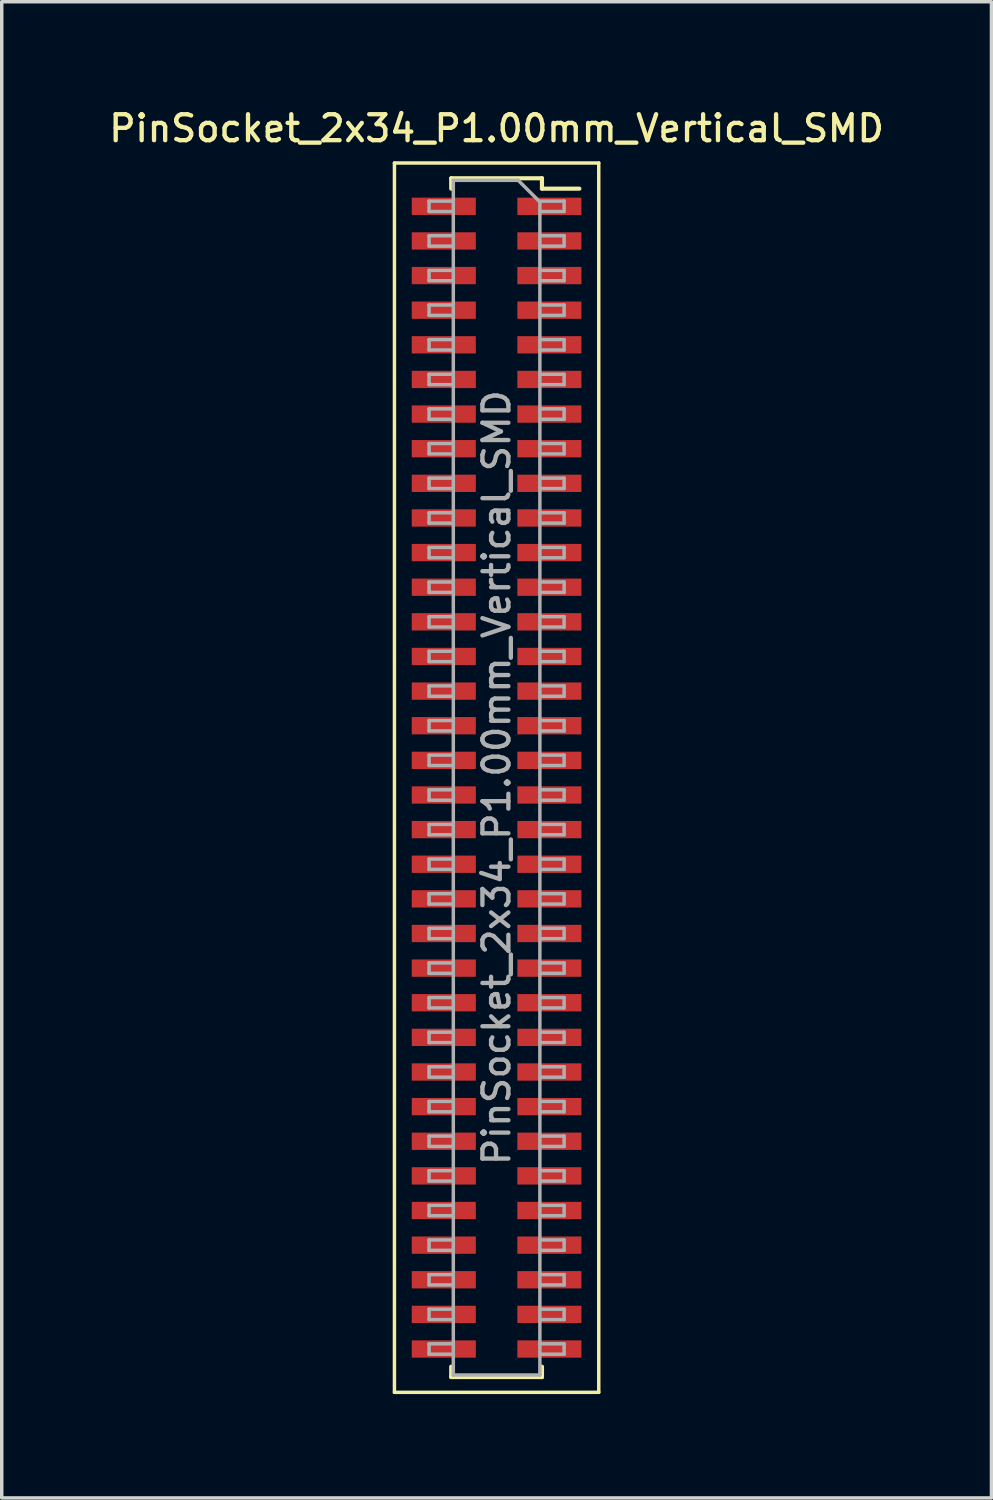
<source format=kicad_pcb>
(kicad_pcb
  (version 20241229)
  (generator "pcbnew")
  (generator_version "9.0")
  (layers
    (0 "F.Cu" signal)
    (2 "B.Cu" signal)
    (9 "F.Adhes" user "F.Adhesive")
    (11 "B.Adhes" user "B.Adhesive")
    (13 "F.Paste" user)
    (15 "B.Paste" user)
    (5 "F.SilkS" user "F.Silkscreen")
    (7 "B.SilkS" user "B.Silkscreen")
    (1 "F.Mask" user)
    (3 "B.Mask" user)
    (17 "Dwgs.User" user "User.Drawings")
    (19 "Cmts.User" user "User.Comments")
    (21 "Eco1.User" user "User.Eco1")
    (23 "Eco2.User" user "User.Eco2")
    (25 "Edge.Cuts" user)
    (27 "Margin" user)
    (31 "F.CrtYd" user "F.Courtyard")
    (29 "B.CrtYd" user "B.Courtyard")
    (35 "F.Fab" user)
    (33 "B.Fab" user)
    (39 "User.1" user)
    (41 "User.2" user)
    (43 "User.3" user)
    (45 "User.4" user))
  (footprint "PinSocket_2x34_P1.00mm_Vertical_SMD"
    (layer "F.Cu")
    (at 11.291 19.408)
    (property "Reference" "PinSocket_2x34_P1.00mm_Vertical_SMD" (at 0 -18.75 0) (layer "F.SilkS") (effects (font (size 0.75 0.75) (thickness 0.125))))
    (attr smd)
    (fp_line (start -2.95 -17.75) (end 2.95 -17.75) (stroke (width 0.1) (type solid)) (layer "F.SilkS"))
    (fp_line (start -2.95 17.75) (end -2.95 -17.75) (stroke (width 0.1) (type solid)) (layer "F.SilkS"))
    (fp_line (start -1.31 -17.31) (end -1.31 -17.01) (stroke (width 0.12) (type solid)) (layer "F.SilkS"))
    (fp_line (start -1.31 -17.31) (end 1.31 -17.31) (stroke (width 0.12) (type solid)) (layer "F.SilkS"))
    (fp_line (start -1.31 17.01) (end -1.31 17.31) (stroke (width 0.12) (type solid)) (layer "F.SilkS"))
    (fp_line (start -1.31 17.31) (end 1.31 17.31) (stroke (width 0.12) (type solid)) (layer "F.SilkS"))
    (fp_line (start 1.31 -17.31) (end 1.31 -17.01) (stroke (width 0.12) (type solid)) (layer "F.SilkS"))
    (fp_line (start 1.31 -17.01) (end 2.39 -17.01) (stroke (width 0.12) (type solid)) (layer "F.SilkS"))
    (fp_line (start 1.31 17.01) (end 1.31 17.31) (stroke (width 0.12) (type solid)) (layer "F.SilkS"))
    (fp_line (start 2.95 -17.75) (end 2.95 17.75) (stroke (width 0.1) (type solid)) (layer "F.SilkS"))
    (fp_line (start 2.95 17.75) (end -2.95 17.75) (stroke (width 0.1) (type solid)) (layer "F.SilkS"))
    (fp_line (start -1.95 -16.65) (end -1.25 -16.65) (stroke (width 0.1) (type solid)) (layer "F.Fab"))
    (fp_line (start -1.95 -16.35) (end -1.95 -16.65) (stroke (width 0.1) (type solid)) (layer "F.Fab"))
    (fp_line (start -1.95 -15.65) (end -1.25 -15.65) (stroke (width 0.1) (type solid)) (layer "F.Fab"))
    (fp_line (start -1.95 -15.35) (end -1.95 -15.65) (stroke (width 0.1) (type solid)) (layer "F.Fab"))
    (fp_line (start -1.95 -14.65) (end -1.25 -14.65) (stroke (width 0.1) (type solid)) (layer "F.Fab"))
    (fp_line (start -1.95 -14.35) (end -1.95 -14.65) (stroke (width 0.1) (type solid)) (layer "F.Fab"))
    (fp_line (start -1.95 -13.65) (end -1.25 -13.65) (stroke (width 0.1) (type solid)) (layer "F.Fab"))
    (fp_line (start -1.95 -13.35) (end -1.95 -13.65) (stroke (width 0.1) (type solid)) (layer "F.Fab"))
    (fp_line (start -1.95 -12.65) (end -1.25 -12.65) (stroke (width 0.1) (type solid)) (layer "F.Fab"))
    (fp_line (start -1.95 -12.35) (end -1.95 -12.65) (stroke (width 0.1) (type solid)) (layer "F.Fab"))
    (fp_line (start -1.95 -11.65) (end -1.25 -11.65) (stroke (width 0.1) (type solid)) (layer "F.Fab"))
    (fp_line (start -1.95 -11.35) (end -1.95 -11.65) (stroke (width 0.1) (type solid)) (layer "F.Fab"))
    (fp_line (start -1.95 -10.65) (end -1.25 -10.65) (stroke (width 0.1) (type solid)) (layer "F.Fab"))
    (fp_line (start -1.95 -10.35) (end -1.95 -10.65) (stroke (width 0.1) (type solid)) (layer "F.Fab"))
    (fp_line (start -1.95 -9.65) (end -1.25 -9.65) (stroke (width 0.1) (type solid)) (layer "F.Fab"))
    (fp_line (start -1.95 -9.35) (end -1.95 -9.65) (stroke (width 0.1) (type solid)) (layer "F.Fab"))
    (fp_line (start -1.95 -8.65) (end -1.25 -8.65) (stroke (width 0.1) (type solid)) (layer "F.Fab"))
    (fp_line (start -1.95 -8.35) (end -1.95 -8.65) (stroke (width 0.1) (type solid)) (layer "F.Fab"))
    (fp_line (start -1.95 -7.65) (end -1.25 -7.65) (stroke (width 0.1) (type solid)) (layer "F.Fab"))
    (fp_line (start -1.95 -7.35) (end -1.95 -7.65) (stroke (width 0.1) (type solid)) (layer "F.Fab"))
    (fp_line (start -1.95 -6.65) (end -1.25 -6.65) (stroke (width 0.1) (type solid)) (layer "F.Fab"))
    (fp_line (start -1.95 -6.35) (end -1.95 -6.65) (stroke (width 0.1) (type solid)) (layer "F.Fab"))
    (fp_line (start -1.95 -5.65) (end -1.25 -5.65) (stroke (width 0.1) (type solid)) (layer "F.Fab"))
    (fp_line (start -1.95 -5.35) (end -1.95 -5.65) (stroke (width 0.1) (type solid)) (layer "F.Fab"))
    (fp_line (start -1.95 -4.65) (end -1.25 -4.65) (stroke (width 0.1) (type solid)) (layer "F.Fab"))
    (fp_line (start -1.95 -4.35) (end -1.95 -4.65) (stroke (width 0.1) (type solid)) (layer "F.Fab"))
    (fp_line (start -1.95 -3.65) (end -1.25 -3.65) (stroke (width 0.1) (type solid)) (layer "F.Fab"))
    (fp_line (start -1.95 -3.35) (end -1.95 -3.65) (stroke (width 0.1) (type solid)) (layer "F.Fab"))
    (fp_line (start -1.95 -2.65) (end -1.25 -2.65) (stroke (width 0.1) (type solid)) (layer "F.Fab"))
    (fp_line (start -1.95 -2.35) (end -1.95 -2.65) (stroke (width 0.1) (type solid)) (layer "F.Fab"))
    (fp_line (start -1.95 -1.65) (end -1.25 -1.65) (stroke (width 0.1) (type solid)) (layer "F.Fab"))
    (fp_line (start -1.95 -1.35) (end -1.95 -1.65) (stroke (width 0.1) (type solid)) (layer "F.Fab"))
    (fp_line (start -1.95 -0.65) (end -1.25 -0.65) (stroke (width 0.1) (type solid)) (layer "F.Fab"))
    (fp_line (start -1.95 -0.35) (end -1.95 -0.65) (stroke (width 0.1) (type solid)) (layer "F.Fab"))
    (fp_line (start -1.95 0.35) (end -1.25 0.35) (stroke (width 0.1) (type solid)) (layer "F.Fab"))
    (fp_line (start -1.95 0.65) (end -1.95 0.35) (stroke (width 0.1) (type solid)) (layer "F.Fab"))
    (fp_line (start -1.95 1.35) (end -1.25 1.35) (stroke (width 0.1) (type solid)) (layer "F.Fab"))
    (fp_line (start -1.95 1.65) (end -1.95 1.35) (stroke (width 0.1) (type solid)) (layer "F.Fab"))
    (fp_line (start -1.95 2.35) (end -1.25 2.35) (stroke (width 0.1) (type solid)) (layer "F.Fab"))
    (fp_line (start -1.95 2.65) (end -1.95 2.35) (stroke (width 0.1) (type solid)) (layer "F.Fab"))
    (fp_line (start -1.95 3.35) (end -1.25 3.35) (stroke (width 0.1) (type solid)) (layer "F.Fab"))
    (fp_line (start -1.95 3.65) (end -1.95 3.35) (stroke (width 0.1) (type solid)) (layer "F.Fab"))
    (fp_line (start -1.95 4.35) (end -1.25 4.35) (stroke (width 0.1) (type solid)) (layer "F.Fab"))
    (fp_line (start -1.95 4.65) (end -1.95 4.35) (stroke (width 0.1) (type solid)) (layer "F.Fab"))
    (fp_line (start -1.95 5.35) (end -1.25 5.35) (stroke (width 0.1) (type solid)) (layer "F.Fab"))
    (fp_line (start -1.95 5.65) (end -1.95 5.35) (stroke (width 0.1) (type solid)) (layer "F.Fab"))
    (fp_line (start -1.95 6.35) (end -1.25 6.35) (stroke (width 0.1) (type solid)) (layer "F.Fab"))
    (fp_line (start -1.95 6.65) (end -1.95 6.35) (stroke (width 0.1) (type solid)) (layer "F.Fab"))
    (fp_line (start -1.95 7.35) (end -1.25 7.35) (stroke (width 0.1) (type solid)) (layer "F.Fab"))
    (fp_line (start -1.95 7.65) (end -1.95 7.35) (stroke (width 0.1) (type solid)) (layer "F.Fab"))
    (fp_line (start -1.95 8.35) (end -1.25 8.35) (stroke (width 0.1) (type solid)) (layer "F.Fab"))
    (fp_line (start -1.95 8.65) (end -1.95 8.35) (stroke (width 0.1) (type solid)) (layer "F.Fab"))
    (fp_line (start -1.95 9.35) (end -1.25 9.35) (stroke (width 0.1) (type solid)) (layer "F.Fab"))
    (fp_line (start -1.95 9.65) (end -1.95 9.35) (stroke (width 0.1) (type solid)) (layer "F.Fab"))
    (fp_line (start -1.95 10.35) (end -1.25 10.35) (stroke (width 0.1) (type solid)) (layer "F.Fab"))
    (fp_line (start -1.95 10.65) (end -1.95 10.35) (stroke (width 0.1) (type solid)) (layer "F.Fab"))
    (fp_line (start -1.95 11.35) (end -1.25 11.35) (stroke (width 0.1) (type solid)) (layer "F.Fab"))
    (fp_line (start -1.95 11.65) (end -1.95 11.35) (stroke (width 0.1) (type solid)) (layer "F.Fab"))
    (fp_line (start -1.95 12.35) (end -1.25 12.35) (stroke (width 0.1) (type solid)) (layer "F.Fab"))
    (fp_line (start -1.95 12.65) (end -1.95 12.35) (stroke (width 0.1) (type solid)) (layer "F.Fab"))
    (fp_line (start -1.95 13.35) (end -1.25 13.35) (stroke (width 0.1) (type solid)) (layer "F.Fab"))
    (fp_line (start -1.95 13.65) (end -1.95 13.35) (stroke (width 0.1) (type solid)) (layer "F.Fab"))
    (fp_line (start -1.95 14.35) (end -1.25 14.35) (stroke (width 0.1) (type solid)) (layer "F.Fab"))
    (fp_line (start -1.95 14.65) (end -1.95 14.35) (stroke (width 0.1) (type solid)) (layer "F.Fab"))
    (fp_line (start -1.95 15.35) (end -1.25 15.35) (stroke (width 0.1) (type solid)) (layer "F.Fab"))
    (fp_line (start -1.95 15.65) (end -1.95 15.35) (stroke (width 0.1) (type solid)) (layer "F.Fab"))
    (fp_line (start -1.95 16.35) (end -1.25 16.35) (stroke (width 0.1) (type solid)) (layer "F.Fab"))
    (fp_line (start -1.95 16.65) (end -1.95 16.35) (stroke (width 0.1) (type solid)) (layer "F.Fab"))
    (fp_line (start -1.25 -17.25) (end 0.625 -17.25) (stroke (width 0.1) (type solid)) (layer "F.Fab"))
    (fp_line (start -1.25 -16.35) (end -1.95 -16.35) (stroke (width 0.1) (type solid)) (layer "F.Fab"))
    (fp_line (start -1.25 -15.35) (end -1.95 -15.35) (stroke (width 0.1) (type solid)) (layer "F.Fab"))
    (fp_line (start -1.25 -14.35) (end -1.95 -14.35) (stroke (width 0.1) (type solid)) (layer "F.Fab"))
    (fp_line (start -1.25 -13.35) (end -1.95 -13.35) (stroke (width 0.1) (type solid)) (layer "F.Fab"))
    (fp_line (start -1.25 -12.35) (end -1.95 -12.35) (stroke (width 0.1) (type solid)) (layer "F.Fab"))
    (fp_line (start -1.25 -11.35) (end -1.95 -11.35) (stroke (width 0.1) (type solid)) (layer "F.Fab"))
    (fp_line (start -1.25 -10.35) (end -1.95 -10.35) (stroke (width 0.1) (type solid)) (layer "F.Fab"))
    (fp_line (start -1.25 -9.35) (end -1.95 -9.35) (stroke (width 0.1) (type solid)) (layer "F.Fab"))
    (fp_line (start -1.25 -8.35) (end -1.95 -8.35) (stroke (width 0.1) (type solid)) (layer "F.Fab"))
    (fp_line (start -1.25 -7.35) (end -1.95 -7.35) (stroke (width 0.1) (type solid)) (layer "F.Fab"))
    (fp_line (start -1.25 -6.35) (end -1.95 -6.35) (stroke (width 0.1) (type solid)) (layer "F.Fab"))
    (fp_line (start -1.25 -5.35) (end -1.95 -5.35) (stroke (width 0.1) (type solid)) (layer "F.Fab"))
    (fp_line (start -1.25 -4.35) (end -1.95 -4.35) (stroke (width 0.1) (type solid)) (layer "F.Fab"))
    (fp_line (start -1.25 -3.35) (end -1.95 -3.35) (stroke (width 0.1) (type solid)) (layer "F.Fab"))
    (fp_line (start -1.25 -2.35) (end -1.95 -2.35) (stroke (width 0.1) (type solid)) (layer "F.Fab"))
    (fp_line (start -1.25 -1.35) (end -1.95 -1.35) (stroke (width 0.1) (type solid)) (layer "F.Fab"))
    (fp_line (start -1.25 -0.35) (end -1.95 -0.35) (stroke (width 0.1) (type solid)) (layer "F.Fab"))
    (fp_line (start -1.25 0.65) (end -1.95 0.65) (stroke (width 0.1) (type solid)) (layer "F.Fab"))
    (fp_line (start -1.25 1.65) (end -1.95 1.65) (stroke (width 0.1) (type solid)) (layer "F.Fab"))
    (fp_line (start -1.25 2.65) (end -1.95 2.65) (stroke (width 0.1) (type solid)) (layer "F.Fab"))
    (fp_line (start -1.25 3.65) (end -1.95 3.65) (stroke (width 0.1) (type solid)) (layer "F.Fab"))
    (fp_line (start -1.25 4.65) (end -1.95 4.65) (stroke (width 0.1) (type solid)) (layer "F.Fab"))
    (fp_line (start -1.25 5.65) (end -1.95 5.65) (stroke (width 0.1) (type solid)) (layer "F.Fab"))
    (fp_line (start -1.25 6.65) (end -1.95 6.65) (stroke (width 0.1) (type solid)) (layer "F.Fab"))
    (fp_line (start -1.25 7.65) (end -1.95 7.65) (stroke (width 0.1) (type solid)) (layer "F.Fab"))
    (fp_line (start -1.25 8.65) (end -1.95 8.65) (stroke (width 0.1) (type solid)) (layer "F.Fab"))
    (fp_line (start -1.25 9.65) (end -1.95 9.65) (stroke (width 0.1) (type solid)) (layer "F.Fab"))
    (fp_line (start -1.25 10.65) (end -1.95 10.65) (stroke (width 0.1) (type solid)) (layer "F.Fab"))
    (fp_line (start -1.25 11.65) (end -1.95 11.65) (stroke (width 0.1) (type solid)) (layer "F.Fab"))
    (fp_line (start -1.25 12.65) (end -1.95 12.65) (stroke (width 0.1) (type solid)) (layer "F.Fab"))
    (fp_line (start -1.25 13.65) (end -1.95 13.65) (stroke (width 0.1) (type solid)) (layer "F.Fab"))
    (fp_line (start -1.25 14.65) (end -1.95 14.65) (stroke (width 0.1) (type solid)) (layer "F.Fab"))
    (fp_line (start -1.25 15.65) (end -1.95 15.65) (stroke (width 0.1) (type solid)) (layer "F.Fab"))
    (fp_line (start -1.25 16.65) (end -1.95 16.65) (stroke (width 0.1) (type solid)) (layer "F.Fab"))
    (fp_line (start -1.25 17.25) (end -1.25 -17.25) (stroke (width 0.1) (type solid)) (layer "F.Fab"))
    (fp_line (start 0.625 -17.25) (end 1.25 -16.625) (stroke (width 0.1) (type solid)) (layer "F.Fab"))
    (fp_line (start 1.25 -16.65) (end 1.95 -16.65) (stroke (width 0.1) (type solid)) (layer "F.Fab"))
    (fp_line (start 1.25 -16.625) (end 1.25 17.25) (stroke (width 0.1) (type solid)) (layer "F.Fab"))
    (fp_line (start 1.25 -15.65) (end 1.95 -15.65) (stroke (width 0.1) (type solid)) (layer "F.Fab"))
    (fp_line (start 1.25 -14.65) (end 1.95 -14.65) (stroke (width 0.1) (type solid)) (layer "F.Fab"))
    (fp_line (start 1.25 -13.65) (end 1.95 -13.65) (stroke (width 0.1) (type solid)) (layer "F.Fab"))
    (fp_line (start 1.25 -12.65) (end 1.95 -12.65) (stroke (width 0.1) (type solid)) (layer "F.Fab"))
    (fp_line (start 1.25 -11.65) (end 1.95 -11.65) (stroke (width 0.1) (type solid)) (layer "F.Fab"))
    (fp_line (start 1.25 -10.65) (end 1.95 -10.65) (stroke (width 0.1) (type solid)) (layer "F.Fab"))
    (fp_line (start 1.25 -9.65) (end 1.95 -9.65) (stroke (width 0.1) (type solid)) (layer "F.Fab"))
    (fp_line (start 1.25 -8.65) (end 1.95 -8.65) (stroke (width 0.1) (type solid)) (layer "F.Fab"))
    (fp_line (start 1.25 -7.65) (end 1.95 -7.65) (stroke (width 0.1) (type solid)) (layer "F.Fab"))
    (fp_line (start 1.25 -6.65) (end 1.95 -6.65) (stroke (width 0.1) (type solid)) (layer "F.Fab"))
    (fp_line (start 1.25 -5.65) (end 1.95 -5.65) (stroke (width 0.1) (type solid)) (layer "F.Fab"))
    (fp_line (start 1.25 -4.65) (end 1.95 -4.65) (stroke (width 0.1) (type solid)) (layer "F.Fab"))
    (fp_line (start 1.25 -3.65) (end 1.95 -3.65) (stroke (width 0.1) (type solid)) (layer "F.Fab"))
    (fp_line (start 1.25 -2.65) (end 1.95 -2.65) (stroke (width 0.1) (type solid)) (layer "F.Fab"))
    (fp_line (start 1.25 -1.65) (end 1.95 -1.65) (stroke (width 0.1) (type solid)) (layer "F.Fab"))
    (fp_line (start 1.25 -0.65) (end 1.95 -0.65) (stroke (width 0.1) (type solid)) (layer "F.Fab"))
    (fp_line (start 1.25 0.35) (end 1.95 0.35) (stroke (width 0.1) (type solid)) (layer "F.Fab"))
    (fp_line (start 1.25 1.35) (end 1.95 1.35) (stroke (width 0.1) (type solid)) (layer "F.Fab"))
    (fp_line (start 1.25 2.35) (end 1.95 2.35) (stroke (width 0.1) (type solid)) (layer "F.Fab"))
    (fp_line (start 1.25 3.35) (end 1.95 3.35) (stroke (width 0.1) (type solid)) (layer "F.Fab"))
    (fp_line (start 1.25 4.35) (end 1.95 4.35) (stroke (width 0.1) (type solid)) (layer "F.Fab"))
    (fp_line (start 1.25 5.35) (end 1.95 5.35) (stroke (width 0.1) (type solid)) (layer "F.Fab"))
    (fp_line (start 1.25 6.35) (end 1.95 6.35) (stroke (width 0.1) (type solid)) (layer "F.Fab"))
    (fp_line (start 1.25 7.35) (end 1.95 7.35) (stroke (width 0.1) (type solid)) (layer "F.Fab"))
    (fp_line (start 1.25 8.35) (end 1.95 8.35) (stroke (width 0.1) (type solid)) (layer "F.Fab"))
    (fp_line (start 1.25 9.35) (end 1.95 9.35) (stroke (width 0.1) (type solid)) (layer "F.Fab"))
    (fp_line (start 1.25 10.35) (end 1.95 10.35) (stroke (width 0.1) (type solid)) (layer "F.Fab"))
    (fp_line (start 1.25 11.35) (end 1.95 11.35) (stroke (width 0.1) (type solid)) (layer "F.Fab"))
    (fp_line (start 1.25 12.35) (end 1.95 12.35) (stroke (width 0.1) (type solid)) (layer "F.Fab"))
    (fp_line (start 1.25 13.35) (end 1.95 13.35) (stroke (width 0.1) (type solid)) (layer "F.Fab"))
    (fp_line (start 1.25 14.35) (end 1.95 14.35) (stroke (width 0.1) (type solid)) (layer "F.Fab"))
    (fp_line (start 1.25 15.35) (end 1.95 15.35) (stroke (width 0.1) (type solid)) (layer "F.Fab"))
    (fp_line (start 1.25 16.35) (end 1.95 16.35) (stroke (width 0.1) (type solid)) (layer "F.Fab"))
    (fp_line (start 1.25 17.25) (end -1.25 17.25) (stroke (width 0.1) (type solid)) (layer "F.Fab"))
    (fp_line (start 1.95 -16.65) (end 1.95 -16.35) (stroke (width 0.1) (type solid)) (layer "F.Fab"))
    (fp_line (start 1.95 -16.35) (end 1.25 -16.35) (stroke (width 0.1) (type solid)) (layer "F.Fab"))
    (fp_line (start 1.95 -15.65) (end 1.95 -15.35) (stroke (width 0.1) (type solid)) (layer "F.Fab"))
    (fp_line (start 1.95 -15.35) (end 1.25 -15.35) (stroke (width 0.1) (type solid)) (layer "F.Fab"))
    (fp_line (start 1.95 -14.65) (end 1.95 -14.35) (stroke (width 0.1) (type solid)) (layer "F.Fab"))
    (fp_line (start 1.95 -14.35) (end 1.25 -14.35) (stroke (width 0.1) (type solid)) (layer "F.Fab"))
    (fp_line (start 1.95 -13.65) (end 1.95 -13.35) (stroke (width 0.1) (type solid)) (layer "F.Fab"))
    (fp_line (start 1.95 -13.35) (end 1.25 -13.35) (stroke (width 0.1) (type solid)) (layer "F.Fab"))
    (fp_line (start 1.95 -12.65) (end 1.95 -12.35) (stroke (width 0.1) (type solid)) (layer "F.Fab"))
    (fp_line (start 1.95 -12.35) (end 1.25 -12.35) (stroke (width 0.1) (type solid)) (layer "F.Fab"))
    (fp_line (start 1.95 -11.65) (end 1.95 -11.35) (stroke (width 0.1) (type solid)) (layer "F.Fab"))
    (fp_line (start 1.95 -11.35) (end 1.25 -11.35) (stroke (width 0.1) (type solid)) (layer "F.Fab"))
    (fp_line (start 1.95 -10.65) (end 1.95 -10.35) (stroke (width 0.1) (type solid)) (layer "F.Fab"))
    (fp_line (start 1.95 -10.35) (end 1.25 -10.35) (stroke (width 0.1) (type solid)) (layer "F.Fab"))
    (fp_line (start 1.95 -9.65) (end 1.95 -9.35) (stroke (width 0.1) (type solid)) (layer "F.Fab"))
    (fp_line (start 1.95 -9.35) (end 1.25 -9.35) (stroke (width 0.1) (type solid)) (layer "F.Fab"))
    (fp_line (start 1.95 -8.65) (end 1.95 -8.35) (stroke (width 0.1) (type solid)) (layer "F.Fab"))
    (fp_line (start 1.95 -8.35) (end 1.25 -8.35) (stroke (width 0.1) (type solid)) (layer "F.Fab"))
    (fp_line (start 1.95 -7.65) (end 1.95 -7.35) (stroke (width 0.1) (type solid)) (layer "F.Fab"))
    (fp_line (start 1.95 -7.35) (end 1.25 -7.35) (stroke (width 0.1) (type solid)) (layer "F.Fab"))
    (fp_line (start 1.95 -6.65) (end 1.95 -6.35) (stroke (width 0.1) (type solid)) (layer "F.Fab"))
    (fp_line (start 1.95 -6.35) (end 1.25 -6.35) (stroke (width 0.1) (type solid)) (layer "F.Fab"))
    (fp_line (start 1.95 -5.65) (end 1.95 -5.35) (stroke (width 0.1) (type solid)) (layer "F.Fab"))
    (fp_line (start 1.95 -5.35) (end 1.25 -5.35) (stroke (width 0.1) (type solid)) (layer "F.Fab"))
    (fp_line (start 1.95 -4.65) (end 1.95 -4.35) (stroke (width 0.1) (type solid)) (layer "F.Fab"))
    (fp_line (start 1.95 -4.35) (end 1.25 -4.35) (stroke (width 0.1) (type solid)) (layer "F.Fab"))
    (fp_line (start 1.95 -3.65) (end 1.95 -3.35) (stroke (width 0.1) (type solid)) (layer "F.Fab"))
    (fp_line (start 1.95 -3.35) (end 1.25 -3.35) (stroke (width 0.1) (type solid)) (layer "F.Fab"))
    (fp_line (start 1.95 -2.65) (end 1.95 -2.35) (stroke (width 0.1) (type solid)) (layer "F.Fab"))
    (fp_line (start 1.95 -2.35) (end 1.25 -2.35) (stroke (width 0.1) (type solid)) (layer "F.Fab"))
    (fp_line (start 1.95 -1.65) (end 1.95 -1.35) (stroke (width 0.1) (type solid)) (layer "F.Fab"))
    (fp_line (start 1.95 -1.35) (end 1.25 -1.35) (stroke (width 0.1) (type solid)) (layer "F.Fab"))
    (fp_line (start 1.95 -0.65) (end 1.95 -0.35) (stroke (width 0.1) (type solid)) (layer "F.Fab"))
    (fp_line (start 1.95 -0.35) (end 1.25 -0.35) (stroke (width 0.1) (type solid)) (layer "F.Fab"))
    (fp_line (start 1.95 0.35) (end 1.95 0.65) (stroke (width 0.1) (type solid)) (layer "F.Fab"))
    (fp_line (start 1.95 0.65) (end 1.25 0.65) (stroke (width 0.1) (type solid)) (layer "F.Fab"))
    (fp_line (start 1.95 1.35) (end 1.95 1.65) (stroke (width 0.1) (type solid)) (layer "F.Fab"))
    (fp_line (start 1.95 1.65) (end 1.25 1.65) (stroke (width 0.1) (type solid)) (layer "F.Fab"))
    (fp_line (start 1.95 2.35) (end 1.95 2.65) (stroke (width 0.1) (type solid)) (layer "F.Fab"))
    (fp_line (start 1.95 2.65) (end 1.25 2.65) (stroke (width 0.1) (type solid)) (layer "F.Fab"))
    (fp_line (start 1.95 3.35) (end 1.95 3.65) (stroke (width 0.1) (type solid)) (layer "F.Fab"))
    (fp_line (start 1.95 3.65) (end 1.25 3.65) (stroke (width 0.1) (type solid)) (layer "F.Fab"))
    (fp_line (start 1.95 4.35) (end 1.95 4.65) (stroke (width 0.1) (type solid)) (layer "F.Fab"))
    (fp_line (start 1.95 4.65) (end 1.25 4.65) (stroke (width 0.1) (type solid)) (layer "F.Fab"))
    (fp_line (start 1.95 5.35) (end 1.95 5.65) (stroke (width 0.1) (type solid)) (layer "F.Fab"))
    (fp_line (start 1.95 5.65) (end 1.25 5.65) (stroke (width 0.1) (type solid)) (layer "F.Fab"))
    (fp_line (start 1.95 6.35) (end 1.95 6.65) (stroke (width 0.1) (type solid)) (layer "F.Fab"))
    (fp_line (start 1.95 6.65) (end 1.25 6.65) (stroke (width 0.1) (type solid)) (layer "F.Fab"))
    (fp_line (start 1.95 7.35) (end 1.95 7.65) (stroke (width 0.1) (type solid)) (layer "F.Fab"))
    (fp_line (start 1.95 7.65) (end 1.25 7.65) (stroke (width 0.1) (type solid)) (layer "F.Fab"))
    (fp_line (start 1.95 8.35) (end 1.95 8.65) (stroke (width 0.1) (type solid)) (layer "F.Fab"))
    (fp_line (start 1.95 8.65) (end 1.25 8.65) (stroke (width 0.1) (type solid)) (layer "F.Fab"))
    (fp_line (start 1.95 9.35) (end 1.95 9.65) (stroke (width 0.1) (type solid)) (layer "F.Fab"))
    (fp_line (start 1.95 9.65) (end 1.25 9.65) (stroke (width 0.1) (type solid)) (layer "F.Fab"))
    (fp_line (start 1.95 10.35) (end 1.95 10.65) (stroke (width 0.1) (type solid)) (layer "F.Fab"))
    (fp_line (start 1.95 10.65) (end 1.25 10.65) (stroke (width 0.1) (type solid)) (layer "F.Fab"))
    (fp_line (start 1.95 11.35) (end 1.95 11.65) (stroke (width 0.1) (type solid)) (layer "F.Fab"))
    (fp_line (start 1.95 11.65) (end 1.25 11.65) (stroke (width 0.1) (type solid)) (layer "F.Fab"))
    (fp_line (start 1.95 12.35) (end 1.95 12.65) (stroke (width 0.1) (type solid)) (layer "F.Fab"))
    (fp_line (start 1.95 12.65) (end 1.25 12.65) (stroke (width 0.1) (type solid)) (layer "F.Fab"))
    (fp_line (start 1.95 13.35) (end 1.95 13.65) (stroke (width 0.1) (type solid)) (layer "F.Fab"))
    (fp_line (start 1.95 13.65) (end 1.25 13.65) (stroke (width 0.1) (type solid)) (layer "F.Fab"))
    (fp_line (start 1.95 14.35) (end 1.95 14.65) (stroke (width 0.1) (type solid)) (layer "F.Fab"))
    (fp_line (start 1.95 14.65) (end 1.25 14.65) (stroke (width 0.1) (type solid)) (layer "F.Fab"))
    (fp_line (start 1.95 15.35) (end 1.95 15.65) (stroke (width 0.1) (type solid)) (layer "F.Fab"))
    (fp_line (start 1.95 15.65) (end 1.25 15.65) (stroke (width 0.1) (type solid)) (layer "F.Fab"))
    (fp_line (start 1.95 16.35) (end 1.95 16.65) (stroke (width 0.1) (type solid)) (layer "F.Fab"))
    (fp_line (start 1.95 16.65) (end 1.25 16.65) (stroke (width 0.1) (type solid)) (layer "F.Fab"))
    (fp_text user "${REFERENCE}" (at 0 0 90) (layer "F.Fab") (effects (font (size 0.75 0.75) (thickness 0.125))))
    (pad "1" smd rect (at 1.525 -16.5) (size 1.85 0.5) (layers "F.Cu" "F.Mask" "F.Paste"))
    (pad "2" smd rect (at -1.525 -16.5) (size 1.85 0.5) (layers "F.Cu" "F.Mask" "F.Paste"))
    (pad "3" smd rect (at 1.525 -15.5) (size 1.85 0.5) (layers "F.Cu" "F.Mask" "F.Paste"))
    (pad "4" smd rect (at -1.525 -15.5) (size 1.85 0.5) (layers "F.Cu" "F.Mask" "F.Paste"))
    (pad "5" smd rect (at 1.525 -14.5) (size 1.85 0.5) (layers "F.Cu" "F.Mask" "F.Paste"))
    (pad "6" smd rect (at -1.525 -14.5) (size 1.85 0.5) (layers "F.Cu" "F.Mask" "F.Paste"))
    (pad "7" smd rect (at 1.525 -13.5) (size 1.85 0.5) (layers "F.Cu" "F.Mask" "F.Paste"))
    (pad "8" smd rect (at -1.525 -13.5) (size 1.85 0.5) (layers "F.Cu" "F.Mask" "F.Paste"))
    (pad "9" smd rect (at 1.525 -12.5) (size 1.85 0.5) (layers "F.Cu" "F.Mask" "F.Paste"))
    (pad "10" smd rect (at -1.525 -12.5) (size 1.85 0.5) (layers "F.Cu" "F.Mask" "F.Paste"))
    (pad "11" smd rect (at 1.525 -11.5) (size 1.85 0.5) (layers "F.Cu" "F.Mask" "F.Paste"))
    (pad "12" smd rect (at -1.525 -11.5) (size 1.85 0.5) (layers "F.Cu" "F.Mask" "F.Paste"))
    (pad "13" smd rect (at 1.525 -10.5) (size 1.85 0.5) (layers "F.Cu" "F.Mask" "F.Paste"))
    (pad "14" smd rect (at -1.525 -10.5) (size 1.85 0.5) (layers "F.Cu" "F.Mask" "F.Paste"))
    (pad "15" smd rect (at 1.525 -9.5) (size 1.85 0.5) (layers "F.Cu" "F.Mask" "F.Paste"))
    (pad "16" smd rect (at -1.525 -9.5) (size 1.85 0.5) (layers "F.Cu" "F.Mask" "F.Paste"))
    (pad "17" smd rect (at 1.525 -8.5) (size 1.85 0.5) (layers "F.Cu" "F.Mask" "F.Paste"))
    (pad "18" smd rect (at -1.525 -8.5) (size 1.85 0.5) (layers "F.Cu" "F.Mask" "F.Paste"))
    (pad "19" smd rect (at 1.525 -7.5) (size 1.85 0.5) (layers "F.Cu" "F.Mask" "F.Paste"))
    (pad "20" smd rect (at -1.525 -7.5) (size 1.85 0.5) (layers "F.Cu" "F.Mask" "F.Paste"))
    (pad "21" smd rect (at 1.525 -6.5) (size 1.85 0.5) (layers "F.Cu" "F.Mask" "F.Paste"))
    (pad "22" smd rect (at -1.525 -6.5) (size 1.85 0.5) (layers "F.Cu" "F.Mask" "F.Paste"))
    (pad "23" smd rect (at 1.525 -5.5) (size 1.85 0.5) (layers "F.Cu" "F.Mask" "F.Paste"))
    (pad "24" smd rect (at -1.525 -5.5) (size 1.85 0.5) (layers "F.Cu" "F.Mask" "F.Paste"))
    (pad "25" smd rect (at 1.525 -4.5) (size 1.85 0.5) (layers "F.Cu" "F.Mask" "F.Paste"))
    (pad "26" smd rect (at -1.525 -4.5) (size 1.85 0.5) (layers "F.Cu" "F.Mask" "F.Paste"))
    (pad "27" smd rect (at 1.525 -3.5) (size 1.85 0.5) (layers "F.Cu" "F.Mask" "F.Paste"))
    (pad "28" smd rect (at -1.525 -3.5) (size 1.85 0.5) (layers "F.Cu" "F.Mask" "F.Paste"))
    (pad "29" smd rect (at 1.525 -2.5) (size 1.85 0.5) (layers "F.Cu" "F.Mask" "F.Paste"))
    (pad "30" smd rect (at -1.525 -2.5) (size 1.85 0.5) (layers "F.Cu" "F.Mask" "F.Paste"))
    (pad "31" smd rect (at 1.525 -1.5) (size 1.85 0.5) (layers "F.Cu" "F.Mask" "F.Paste"))
    (pad "32" smd rect (at -1.525 -1.5) (size 1.85 0.5) (layers "F.Cu" "F.Mask" "F.Paste"))
    (pad "33" smd rect (at 1.525 -0.5) (size 1.85 0.5) (layers "F.Cu" "F.Mask" "F.Paste"))
    (pad "34" smd rect (at -1.525 -0.5) (size 1.85 0.5) (layers "F.Cu" "F.Mask" "F.Paste"))
    (pad "35" smd rect (at 1.525 0.5) (size 1.85 0.5) (layers "F.Cu" "F.Mask" "F.Paste"))
    (pad "36" smd rect (at -1.525 0.5) (size 1.85 0.5) (layers "F.Cu" "F.Mask" "F.Paste"))
    (pad "37" smd rect (at 1.525 1.5) (size 1.85 0.5) (layers "F.Cu" "F.Mask" "F.Paste"))
    (pad "38" smd rect (at -1.525 1.5) (size 1.85 0.5) (layers "F.Cu" "F.Mask" "F.Paste"))
    (pad "39" smd rect (at 1.525 2.5) (size 1.85 0.5) (layers "F.Cu" "F.Mask" "F.Paste"))
    (pad "40" smd rect (at -1.525 2.5) (size 1.85 0.5) (layers "F.Cu" "F.Mask" "F.Paste"))
    (pad "41" smd rect (at 1.525 3.5) (size 1.85 0.5) (layers "F.Cu" "F.Mask" "F.Paste"))
    (pad "42" smd rect (at -1.525 3.5) (size 1.85 0.5) (layers "F.Cu" "F.Mask" "F.Paste"))
    (pad "43" smd rect (at 1.525 4.5) (size 1.85 0.5) (layers "F.Cu" "F.Mask" "F.Paste"))
    (pad "44" smd rect (at -1.525 4.5) (size 1.85 0.5) (layers "F.Cu" "F.Mask" "F.Paste"))
    (pad "45" smd rect (at 1.525 5.5) (size 1.85 0.5) (layers "F.Cu" "F.Mask" "F.Paste"))
    (pad "46" smd rect (at -1.525 5.5) (size 1.85 0.5) (layers "F.Cu" "F.Mask" "F.Paste"))
    (pad "47" smd rect (at 1.525 6.5) (size 1.85 0.5) (layers "F.Cu" "F.Mask" "F.Paste"))
    (pad "48" smd rect (at -1.525 6.5) (size 1.85 0.5) (layers "F.Cu" "F.Mask" "F.Paste"))
    (pad "49" smd rect (at 1.525 7.5) (size 1.85 0.5) (layers "F.Cu" "F.Mask" "F.Paste"))
    (pad "50" smd rect (at -1.525 7.5) (size 1.85 0.5) (layers "F.Cu" "F.Mask" "F.Paste"))
    (pad "51" smd rect (at 1.525 8.5) (size 1.85 0.5) (layers "F.Cu" "F.Mask" "F.Paste"))
    (pad "52" smd rect (at -1.525 8.5) (size 1.85 0.5) (layers "F.Cu" "F.Mask" "F.Paste"))
    (pad "53" smd rect (at 1.525 9.5) (size 1.85 0.5) (layers "F.Cu" "F.Mask" "F.Paste"))
    (pad "54" smd rect (at -1.525 9.5) (size 1.85 0.5) (layers "F.Cu" "F.Mask" "F.Paste"))
    (pad "55" smd rect (at 1.525 10.5) (size 1.85 0.5) (layers "F.Cu" "F.Mask" "F.Paste"))
    (pad "56" smd rect (at -1.525 10.5) (size 1.85 0.5) (layers "F.Cu" "F.Mask" "F.Paste"))
    (pad "57" smd rect (at 1.525 11.5) (size 1.85 0.5) (layers "F.Cu" "F.Mask" "F.Paste"))
    (pad "58" smd rect (at -1.525 11.5) (size 1.85 0.5) (layers "F.Cu" "F.Mask" "F.Paste"))
    (pad "59" smd rect (at 1.525 12.5) (size 1.85 0.5) (layers "F.Cu" "F.Mask" "F.Paste"))
    (pad "60" smd rect (at -1.525 12.5) (size 1.85 0.5) (layers "F.Cu" "F.Mask" "F.Paste"))
    (pad "61" smd rect (at 1.525 13.5) (size 1.85 0.5) (layers "F.Cu" "F.Mask" "F.Paste"))
    (pad "62" smd rect (at -1.525 13.5) (size 1.85 0.5) (layers "F.Cu" "F.Mask" "F.Paste"))
    (pad "63" smd rect (at 1.525 14.5) (size 1.85 0.5) (layers "F.Cu" "F.Mask" "F.Paste"))
    (pad "64" smd rect (at -1.525 14.5) (size 1.85 0.5) (layers "F.Cu" "F.Mask" "F.Paste"))
    (pad "65" smd rect (at 1.525 15.5) (size 1.85 0.5) (layers "F.Cu" "F.Mask" "F.Paste"))
    (pad "66" smd rect (at -1.525 15.5) (size 1.85 0.5) (layers "F.Cu" "F.Mask" "F.Paste"))
    (pad "67" smd rect (at 1.525 16.5) (size 1.85 0.5) (layers "F.Cu" "F.Mask" "F.Paste"))
    (pad "68" smd rect (at -1.525 16.5) (size 1.85 0.5) (layers "F.Cu" "F.Mask" "F.Paste")))
  (gr_rect
    (start -3 -3)
    (end 25.582 40.208)
    (stroke (width 0.1) (type default))
    (fill no)
    (layer "Edge.Cuts")))
</source>
